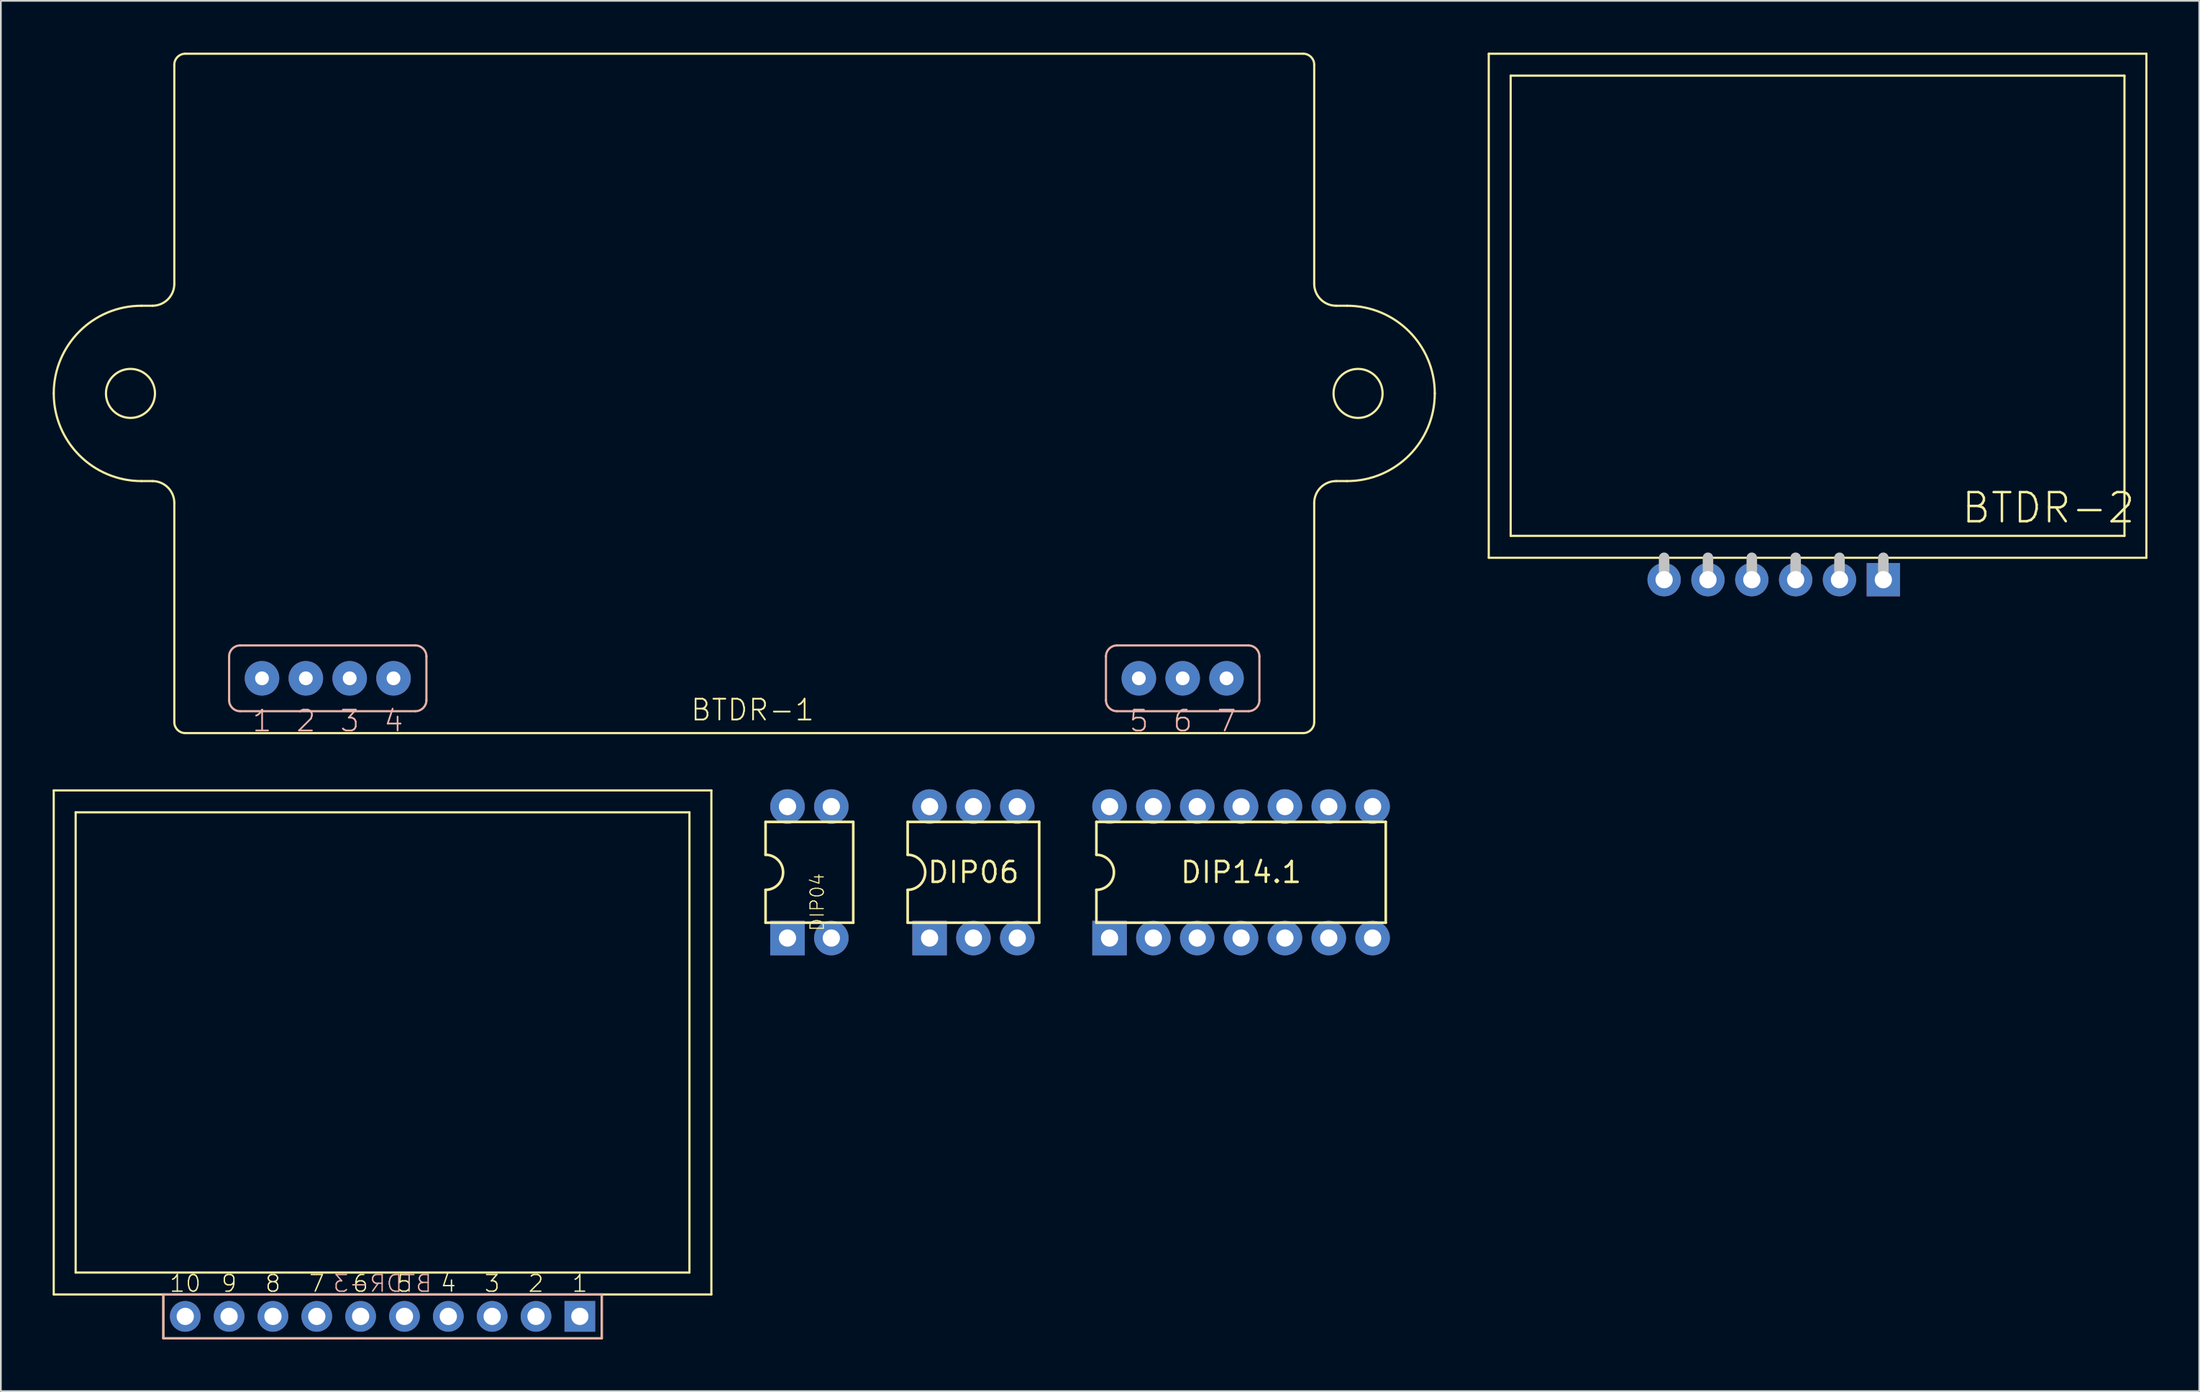
<source format=kicad_pcb>
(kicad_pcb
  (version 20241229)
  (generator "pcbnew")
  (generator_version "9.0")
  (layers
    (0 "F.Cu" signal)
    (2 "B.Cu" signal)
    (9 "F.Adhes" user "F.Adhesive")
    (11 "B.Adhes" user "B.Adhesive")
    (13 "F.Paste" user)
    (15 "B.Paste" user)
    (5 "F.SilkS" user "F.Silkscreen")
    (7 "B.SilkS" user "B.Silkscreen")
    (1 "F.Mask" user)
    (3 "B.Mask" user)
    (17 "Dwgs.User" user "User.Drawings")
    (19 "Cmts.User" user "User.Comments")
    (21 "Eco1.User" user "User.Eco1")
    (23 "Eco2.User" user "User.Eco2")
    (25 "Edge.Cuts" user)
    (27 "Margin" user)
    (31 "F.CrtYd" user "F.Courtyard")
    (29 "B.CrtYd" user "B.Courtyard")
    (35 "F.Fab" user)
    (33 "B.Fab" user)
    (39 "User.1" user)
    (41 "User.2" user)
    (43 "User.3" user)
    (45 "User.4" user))
  (footprint "DIP06"
    (layer "F.Cu")
    (at 54.616 47.5)
    (property "Reference" "DIP06" (at -1.27 0 0) (layer "F.SilkS") (effects (font (size 1.206 1.206) (thickness 0.152))))
    (attr through_hole)
    (fp_line (start -5.08 -2.921) (end -5.08 -1.016) (stroke (width 0.152) (type solid)) (layer "F.SilkS"))
    (fp_line (start -5.08 2.921) (end -5.08 1.016) (stroke (width 0.152) (type solid)) (layer "F.SilkS"))
    (fp_line (start -5.08 2.921) (end 2.54 2.921) (stroke (width 0.152) (type solid)) (layer "F.SilkS"))
    (fp_line (start 2.54 -2.921) (end -5.08 -2.921) (stroke (width 0.152) (type solid)) (layer "F.SilkS"))
    (fp_line (start 2.54 -2.921) (end 2.54 2.921) (stroke (width 0.152) (type solid)) (layer "F.SilkS"))
    (fp_arc (start -5.08 -1.016) (mid -4.064 0) (end -5.08 1.016) (stroke (width 0.1524) (type solid)) (layer "F.SilkS"))
    (pad "1" thru_hole rect (at -3.81 3.81 90) (size 2 2) (drill 1) (layers "*.Cu" "*.Mask"))
    (pad "2" thru_hole oval (at -1.27 3.81 90) (size 2 2) (drill 1) (layers "*.Cu" "*.Mask"))
    (pad "3" thru_hole oval (at 1.27 3.81 90) (size 2 2) (drill 1) (layers "*.Cu" "*.Mask"))
    (pad "4" thru_hole oval (at 1.27 -3.81 90) (size 2 2) (drill 1) (layers "*.Cu" "*.Mask"))
    (pad "5" thru_hole oval (at -1.27 -3.81 90) (size 2 2) (drill 1) (layers "*.Cu" "*.Mask"))
    (pad "6" thru_hole oval (at -3.81 -3.81 90) (size 2 2) (drill 1) (layers "*.Cu" "*.Mask")))
  (footprint "DIP04"
    (layer "F.Cu")
    (at 43.843 44.96)
    (property "Reference" "DIP04" (at 0 2.54 90) (layer "F.SilkS") (effects (font (size 0.772 0.772) (thickness 0.065)) (justify right top)))
    (attr through_hole)
    (fp_line (start -2.54 -0.381) (end -2.54 1.524) (stroke (width 0.152) (type solid)) (layer "F.SilkS"))
    (fp_line (start -2.54 5.461) (end -2.54 3.556) (stroke (width 0.152) (type solid)) (layer "F.SilkS"))
    (fp_line (start -2.54 5.461) (end 2.54 5.461) (stroke (width 0.152) (type solid)) (layer "F.SilkS"))
    (fp_line (start 2.54 -0.381) (end -2.54 -0.381) (stroke (width 0.152) (type solid)) (layer "F.SilkS"))
    (fp_line (start 2.54 -0.381) (end 2.54 5.461) (stroke (width 0.152) (type solid)) (layer "F.SilkS"))
    (fp_arc (start -2.54 1.524) (mid -1.524 2.54) (end -2.54 3.556) (stroke (width 0.1524) (type solid)) (layer "F.SilkS"))
    (pad "1" thru_hole rect (at -1.27 6.35 90) (size 2 2) (drill 1) (layers "*.Cu" "*.Mask"))
    (pad "2" thru_hole oval (at 1.27 6.35 90) (size 2 2) (drill 1) (layers "*.Cu" "*.Mask"))
    (pad "3" thru_hole oval (at 1.27 -1.27 90) (size 2 2) (drill 1) (layers "*.Cu" "*.Mask"))
    (pad "4" thru_hole oval (at -1.27 -1.27 90) (size 2 2) (drill 1) (layers "*.Cu" "*.Mask")))
  (footprint "BTDR-3"
    (layer "F.Cu")
    (at 19.113 57.359)
    (property "Reference" "BTDR-3" (at 0 13.97 0) (layer "B.SilkS") (effects (font (size 0.965 0.965) (thickness 0.081)) (justify mirror)))
    (attr through_hole)
    (fp_line (start -19.05 -14.605) (end -19.05 14.605) (stroke (width 0.127) (type solid)) (layer "F.SilkS"))
    (fp_line (start -19.05 -14.605) (end 19.05 -14.605) (stroke (width 0.127) (type solid)) (layer "F.SilkS"))
    (fp_line (start -19.05 14.605) (end -12.7 14.605) (stroke (width 0.127) (type solid)) (layer "F.SilkS"))
    (fp_line (start -17.78 -13.335) (end 17.78 -13.335) (stroke (width 0.127) (type solid)) (layer "F.SilkS"))
    (fp_line (start -17.78 13.335) (end -17.78 -13.335) (stroke (width 0.127) (type solid)) (layer "F.SilkS"))
    (fp_line (start -12.7 14.605) (end -12.7 17.145) (stroke (width 0.127) (type solid)) (layer "F.SilkS"))
    (fp_line (start -12.7 14.605) (end 12.7 14.605) (stroke (width 0.127) (type solid)) (layer "F.SilkS"))
    (fp_line (start -12.7 17.145) (end 12.7 17.145) (stroke (width 0.127) (type solid)) (layer "F.SilkS"))
    (fp_line (start 12.7 14.605) (end 19.05 14.605) (stroke (width 0.127) (type solid)) (layer "F.SilkS"))
    (fp_line (start 12.7 17.145) (end 12.7 14.605) (stroke (width 0.127) (type solid)) (layer "F.SilkS"))
    (fp_line (start 17.78 -13.335) (end 17.78 13.335) (stroke (width 0.127) (type solid)) (layer "F.SilkS"))
    (fp_line (start 17.78 13.335) (end -17.78 13.335) (stroke (width 0.127) (type solid)) (layer "F.SilkS"))
    (fp_line (start 19.05 14.605) (end 19.05 -14.605) (stroke (width 0.127) (type solid)) (layer "F.SilkS"))
    (fp_line (start -12.7 14.605) (end 12.7 14.605) (stroke (width 0.127) (type solid)) (layer "B.SilkS"))
    (fp_line (start -12.7 17.145) (end -12.7 14.605) (stroke (width 0.127) (type solid)) (layer "B.SilkS"))
    (fp_line (start 12.7 14.605) (end 12.7 17.145) (stroke (width 0.127) (type solid)) (layer "B.SilkS"))
    (fp_line (start 12.7 17.145) (end -12.7 17.145) (stroke (width 0.127) (type solid)) (layer "B.SilkS"))
    (fp_text user "5" (at 1.27 13.97 0) (layer "F.SilkS") (effects (font (size 0.965 0.965) (thickness 0.081))))
    (fp_text user "1" (at 11.43 13.97 0) (layer "F.SilkS") (effects (font (size 0.965 0.965) (thickness 0.081))))
    (fp_text user "9" (at -8.89 13.97 0) (layer "F.SilkS") (effects (font (size 0.965 0.965) (thickness 0.081))))
    (fp_text user "10" (at -11.43 13.97 0) (layer "F.SilkS") (effects (font (size 0.965 0.965) (thickness 0.081))))
    (fp_text user "6" (at -1.27 13.97 0) (layer "F.SilkS") (effects (font (size 0.965 0.965) (thickness 0.081))))
    (fp_text user "2" (at 8.89 13.97 0) (layer "F.SilkS") (effects (font (size 0.965 0.965) (thickness 0.081))))
    (fp_text user "3" (at 6.35 13.97 0) (layer "F.SilkS") (effects (font (size 0.965 0.965) (thickness 0.081))))
    (fp_text user "8" (at -6.35 13.97 0) (layer "F.SilkS") (effects (font (size 0.965 0.965) (thickness 0.081))))
    (fp_text user "7" (at -3.81 13.97 0) (layer "F.SilkS") (effects (font (size 0.965 0.965) (thickness 0.081))))
    (fp_text user "4" (at 3.81 13.97 0) (layer "F.SilkS") (effects (font (size 0.965 0.965) (thickness 0.081))))
    (pad "1" thru_hole rect (at 11.43 15.875) (size 1.778 1.778) (drill 1) (layers "*.Cu" "*.Mask"))
    (pad "2" thru_hole oval (at 8.89 15.875) (size 1.778 1.778) (drill 1) (layers "*.Cu" "*.Mask"))
    (pad "3" thru_hole oval (at 6.35 15.875) (size 1.778 1.778) (drill 1) (layers "*.Cu" "*.Mask"))
    (pad "4" thru_hole oval (at 3.81 15.875) (size 1.778 1.778) (drill 1) (layers "*.Cu" "*.Mask"))
    (pad "5" thru_hole oval (at 1.27 15.875) (size 1.778 1.778) (drill 1) (layers "*.Cu" "*.Mask"))
    (pad "6" thru_hole oval (at -1.27 15.875) (size 1.778 1.778) (drill 1) (layers "*.Cu" "*.Mask"))
    (pad "7" thru_hole oval (at -3.81 15.875) (size 1.778 1.778) (drill 1) (layers "*.Cu" "*.Mask"))
    (pad "8" thru_hole oval (at -6.35 15.875) (size 1.778 1.778) (drill 1) (layers "*.Cu" "*.Mask"))
    (pad "9" thru_hole oval (at -8.89 15.875) (size 1.778 1.778) (drill 1) (layers "*.Cu" "*.Mask"))
    (pad "10" thru_hole oval (at -11.43 15.875) (size 1.778 1.778) (drill 1) (layers "*.Cu" "*.Mask")))
  (footprint "BTDR-1"
    (layer "F.Cu")
    (at 40.069 19.748)
    (property "Reference" "BTDR-1" (at -3.175 19.05 0) (layer "F.SilkS") (effects (font (size 1.206 1.206) (thickness 0.102)) (justify left bottom)))
    (attr through_hole)
    (fp_line (start -34.925 -5.08) (end -34.29 -5.08) (stroke (width 0.127) (type solid)) (layer "F.SilkS"))
    (fp_line (start -34.925 5.08) (end -34.29 5.08) (stroke (width 0.127) (type solid)) (layer "F.SilkS"))
    (fp_line (start -33.02 -6.35) (end -33.02 -19.05) (stroke (width 0.127) (type solid)) (layer "F.SilkS"))
    (fp_line (start -33.02 6.35) (end -33.02 19.05) (stroke (width 0.127) (type solid)) (layer "F.SilkS"))
    (fp_line (start -32.385 -19.685) (end 32.385 -19.685) (stroke (width 0.127) (type solid)) (layer "F.SilkS"))
    (fp_line (start -32.385 19.685) (end 32.385 19.685) (stroke (width 0.127) (type solid)) (layer "F.SilkS"))
    (fp_line (start 33.02 -6.35) (end 33.02 -19.05) (stroke (width 0.127) (type solid)) (layer "F.SilkS"))
    (fp_line (start 33.02 6.35) (end 33.02 19.05) (stroke (width 0.127) (type solid)) (layer "F.SilkS"))
    (fp_line (start 34.925 -5.08) (end 34.29 -5.08) (stroke (width 0.127) (type solid)) (layer "F.SilkS"))
    (fp_line (start 34.925 5.08) (end 34.29 5.08) (stroke (width 0.127) (type solid)) (layer "F.SilkS"))
    (fp_arc (start -40.005 0) (mid -38.517102 -3.592102) (end -34.925 -5.08) (stroke (width 0.127) (type solid)) (layer "F.SilkS"))
    (fp_arc (start -34.925 5.08) (mid -38.517102 3.592102) (end -40.005 0) (stroke (width 0.127) (type solid)) (layer "F.SilkS"))
    (fp_arc (start -34.29 5.08) (mid -33.391974 5.451974) (end -33.02 6.35) (stroke (width 0.127) (type solid)) (layer "F.SilkS"))
    (fp_arc (start -33.02 -19.05) (mid -32.834013 -19.499013) (end -32.385 -19.685) (stroke (width 0.127) (type solid)) (layer "F.SilkS"))
    (fp_arc (start -33.02 -6.35) (mid -33.391974 -5.451974) (end -34.29 -5.08) (stroke (width 0.127) (type solid)) (layer "F.SilkS"))
    (fp_arc (start -32.385 19.685) (mid -32.834013 19.499013) (end -33.02 19.05) (stroke (width 0.127) (type solid)) (layer "F.SilkS"))
    (fp_arc (start 32.385 -19.685) (mid 32.834013 -19.499013) (end 33.02 -19.05) (stroke (width 0.127) (type solid)) (layer "F.SilkS"))
    (fp_arc (start 33.02 6.35) (mid 33.391974 5.451974) (end 34.29 5.08) (stroke (width 0.127) (type solid)) (layer "F.SilkS"))
    (fp_arc (start 33.02 19.05) (mid 32.834013 19.499013) (end 32.385 19.685) (stroke (width 0.127) (type solid)) (layer "F.SilkS"))
    (fp_arc (start 34.29 -5.08) (mid 33.391974 -5.451974) (end 33.02 -6.35) (stroke (width 0.127) (type solid)) (layer "F.SilkS"))
    (fp_arc (start 34.925 -5.08) (mid 38.517102 -3.592102) (end 40.005 0) (stroke (width 0.127) (type solid)) (layer "F.SilkS"))
    (fp_arc (start 40.005 0) (mid 38.517102 3.592102) (end 34.925 5.08) (stroke (width 0.127) (type solid)) (layer "F.SilkS"))
    (fp_circle (center -35.56 0) (end -34.14 0) (stroke (width 0.127) (type solid)) (fill no) (layer "F.SilkS"))
    (fp_circle (center 35.56 0) (end 36.98 0) (stroke (width 0.127) (type solid)) (fill no) (layer "F.SilkS"))
    (fp_line (start -29.845 17.78) (end -29.845 15.24) (stroke (width 0.127) (type solid)) (layer "B.SilkS"))
    (fp_line (start -29.21 14.605) (end -19.05 14.605) (stroke (width 0.127) (type solid)) (layer "B.SilkS"))
    (fp_line (start -19.05 18.415) (end -29.21 18.415) (stroke (width 0.127) (type solid)) (layer "B.SilkS"))
    (fp_line (start -18.415 15.24) (end -18.415 17.78) (stroke (width 0.127) (type solid)) (layer "B.SilkS"))
    (fp_line (start 20.955 17.78) (end 20.955 15.24) (stroke (width 0.127) (type solid)) (layer "B.SilkS"))
    (fp_line (start 21.59 14.605) (end 29.21 14.605) (stroke (width 0.127) (type solid)) (layer "B.SilkS"))
    (fp_line (start 29.21 18.415) (end 21.59 18.415) (stroke (width 0.127) (type solid)) (layer "B.SilkS"))
    (fp_line (start 29.845 15.24) (end 29.845 17.78) (stroke (width 0.127) (type solid)) (layer "B.SilkS"))
    (fp_arc (start -29.845 15.24) (mid -29.659013 14.790987) (end -29.21 14.605) (stroke (width 0.127) (type solid)) (layer "B.SilkS"))
    (fp_arc (start -29.21 18.415) (mid -29.659013 18.229013) (end -29.845 17.78) (stroke (width 0.127) (type solid)) (layer "B.SilkS"))
    (fp_arc (start -19.05 14.605) (mid -18.600987 14.790987) (end -18.415 15.24) (stroke (width 0.127) (type solid)) (layer "B.SilkS"))
    (fp_arc (start -18.415 17.78) (mid -18.600987 18.229013) (end -19.05 18.415) (stroke (width 0.127) (type solid)) (layer "B.SilkS"))
    (fp_arc (start 20.955 15.24) (mid 21.140987 14.790987) (end 21.59 14.605) (stroke (width 0.127) (type solid)) (layer "B.SilkS"))
    (fp_arc (start 21.59 18.415) (mid 21.140987 18.229013) (end 20.955 17.78) (stroke (width 0.127) (type solid)) (layer "B.SilkS"))
    (fp_arc (start 29.21 14.605) (mid 29.659013 14.790987) (end 29.845 15.24) (stroke (width 0.127) (type solid)) (layer "B.SilkS"))
    (fp_arc (start 29.845 17.78) (mid 29.659013 18.229013) (end 29.21 18.415) (stroke (width 0.127) (type solid)) (layer "B.SilkS"))
    (fp_text user "2" (at -26.035 19.685 0) (layer "B.SilkS") (effects (font (size 1.206 1.206) (thickness 0.102)) (justify left bottom)))
    (fp_text user "1" (at -28.575 19.685 0) (layer "B.SilkS") (effects (font (size 1.206 1.206) (thickness 0.102)) (justify left bottom)))
    (fp_text user "6" (at 24.765 19.685 0) (layer "B.SilkS") (effects (font (size 1.206 1.206) (thickness 0.102)) (justify left bottom)))
    (fp_text user "5" (at 22.225 19.685 0) (layer "B.SilkS") (effects (font (size 1.206 1.206) (thickness 0.102)) (justify left bottom)))
    (fp_text user "4" (at -20.955 19.685 0) (layer "B.SilkS") (effects (font (size 1.206 1.206) (thickness 0.102)) (justify left bottom)))
    (fp_text user "3" (at -23.495 19.685 0) (layer "B.SilkS") (effects (font (size 1.206 1.206) (thickness 0.102)) (justify left bottom)))
    (fp_text user "7" (at 27.305 19.685 0) (layer "B.SilkS") (effects (font (size 1.206 1.206) (thickness 0.102)) (justify left bottom)))
    (pad "1" thru_hole oval (at -27.94 16.51) (size 2 2) (drill 0.8) (layers "*.Cu" "*.Mask"))
    (pad "2" thru_hole oval (at -25.4 16.51) (size 2 2) (drill 0.8) (layers "*.Cu" "*.Mask"))
    (pad "3" thru_hole oval (at -22.86 16.51) (size 2 2) (drill 0.8) (layers "*.Cu" "*.Mask"))
    (pad "4" thru_hole oval (at -20.32 16.51) (size 2 2) (drill 0.8) (layers "*.Cu" "*.Mask"))
    (pad "5" thru_hole oval (at 22.86 16.51) (size 2 2) (drill 0.8) (layers "*.Cu" "*.Mask"))
    (pad "6" thru_hole oval (at 25.4 16.51) (size 2 2) (drill 0.8) (layers "*.Cu" "*.Mask"))
    (pad "7" thru_hole oval (at 27.94 16.51) (size 2 2) (drill 0.8) (layers "*.Cu" "*.Mask")))
  (footprint "DIP14.1"
    (layer "F.Cu")
    (at 68.852 47.5)
    (property "Reference" "DIP14.1" (at 0 0 0) (layer "F.SilkS") (effects (font (size 1.206 1.206) (thickness 0.152))))
    (attr through_hole)
    (fp_line (start -8.382 -2.921) (end -8.382 -1.016) (stroke (width 0.152) (type solid)) (layer "F.SilkS"))
    (fp_line (start -8.382 2.921) (end -8.382 1.016) (stroke (width 0.152) (type solid)) (layer "F.SilkS"))
    (fp_line (start -8.382 2.921) (end 8.382 2.921) (stroke (width 0.152) (type solid)) (layer "F.SilkS"))
    (fp_line (start 8.382 -2.921) (end -8.382 -2.921) (stroke (width 0.152) (type solid)) (layer "F.SilkS"))
    (fp_line (start 8.382 -2.921) (end 8.382 2.921) (stroke (width 0.152) (type solid)) (layer "F.SilkS"))
    (fp_arc (start -8.382 -1.016) (mid -7.366 0) (end -8.382 1.016) (stroke (width 0.1524) (type solid)) (layer "F.SilkS"))
    (pad "1" thru_hole rect (at -7.62 3.81 90) (size 2 2) (drill 1) (layers "*.Cu" "*.Mask"))
    (pad "2" thru_hole oval (at -5.08 3.81 90) (size 2 2) (drill 1) (layers "*.Cu" "*.Mask"))
    (pad "3" thru_hole oval (at -2.54 3.81 90) (size 2 2) (drill 1) (layers "*.Cu" "*.Mask"))
    (pad "4" thru_hole oval (at 0 3.81 90) (size 2 2) (drill 1) (layers "*.Cu" "*.Mask"))
    (pad "5" thru_hole oval (at 2.54 3.81 90) (size 2 2) (drill 1) (layers "*.Cu" "*.Mask"))
    (pad "6" thru_hole oval (at 5.08 3.81 90) (size 2 2) (drill 1) (layers "*.Cu" "*.Mask"))
    (pad "7" thru_hole oval (at 7.62 3.81 90) (size 2 2) (drill 1) (layers "*.Cu" "*.Mask"))
    (pad "8" thru_hole oval (at 7.62 -3.81 90) (size 2 2) (drill 1) (layers "*.Cu" "*.Mask"))
    (pad "9" thru_hole oval (at 5.08 -3.81 90) (size 2 2) (drill 1) (layers "*.Cu" "*.Mask"))
    (pad "10" thru_hole oval (at 2.54 -3.81 90) (size 2 2) (drill 1) (layers "*.Cu" "*.Mask"))
    (pad "11" thru_hole oval (at 0 -3.81 90) (size 2 2) (drill 1) (layers "*.Cu" "*.Mask"))
    (pad "12" thru_hole oval (at -2.54 -3.81 90) (size 2 2) (drill 1) (layers "*.Cu" "*.Mask"))
    (pad "13" thru_hole oval (at -5.08 -3.81 90) (size 2 2) (drill 1) (layers "*.Cu" "*.Mask"))
    (pad "14" thru_hole oval (at -7.62 -3.81 90) (size 2 2) (drill 1) (layers "*.Cu" "*.Mask")))
  (footprint "BTDR-2"
    (layer "F.Cu")
    (at 100.981 14.668)
    (property "Reference" "BTDR-2" (at 9.525 12.7 0) (layer "F.SilkS") (effects (font (size 1.689 1.689) (thickness 0.142)) (justify left bottom)))
    (attr through_hole)
    (fp_line (start -17.78 -14.605) (end -17.78 14.605) (stroke (width 0.127) (type solid)) (layer "F.SilkS"))
    (fp_line (start -17.78 -14.605) (end 20.32 -14.605) (stroke (width 0.127) (type solid)) (layer "F.SilkS"))
    (fp_line (start -17.78 14.605) (end 20.32 14.605) (stroke (width 0.127) (type solid)) (layer "F.SilkS"))
    (fp_line (start -16.51 -13.335) (end 19.05 -13.335) (stroke (width 0.127) (type solid)) (layer "F.SilkS"))
    (fp_line (start -16.51 13.335) (end -16.51 -13.335) (stroke (width 0.127) (type solid)) (layer "F.SilkS"))
    (fp_line (start 19.05 -13.335) (end 19.05 13.335) (stroke (width 0.127) (type solid)) (layer "F.SilkS"))
    (fp_line (start 19.05 13.335) (end -16.51 13.335) (stroke (width 0.127) (type solid)) (layer "F.SilkS"))
    (fp_line (start 20.32 14.605) (end 20.32 -14.605) (stroke (width 0.127) (type solid)) (layer "F.SilkS"))
    (fp_line (start -7.62 15.875) (end -7.62 14.605) (stroke (width 0.61) (type solid)) (layer "Dwgs.User"))
    (fp_line (start -5.08 15.875) (end -5.08 14.605) (stroke (width 0.61) (type solid)) (layer "Dwgs.User"))
    (fp_line (start -2.54 15.875) (end -2.54 14.605) (stroke (width 0.61) (type solid)) (layer "Dwgs.User"))
    (fp_line (start 0 15.875) (end 0 14.605) (stroke (width 0.61) (type solid)) (layer "Dwgs.User"))
    (fp_line (start 2.54 15.875) (end 2.54 14.605) (stroke (width 0.61) (type solid)) (layer "Dwgs.User"))
    (fp_line (start 5.08 15.875) (end 5.08 14.605) (stroke (width 0.61) (type solid)) (layer "Dwgs.User"))
    (pad "1" thru_hole rect (at 5.08 15.875) (size 1.93 1.93) (drill 1) (layers "*.Cu" "*.Mask"))
    (pad "2" thru_hole oval (at 2.54 15.875) (size 1.93 1.93) (drill 1) (layers "*.Cu" "*.Mask"))
    (pad "3" thru_hole oval (at 0 15.875) (size 1.93 1.93) (drill 1) (layers "*.Cu" "*.Mask"))
    (pad "4" thru_hole oval (at -2.54 15.875) (size 1.93 1.93) (drill 1) (layers "*.Cu" "*.Mask"))
    (pad "5" thru_hole oval (at -5.08 15.875) (size 1.93 1.93) (drill 1) (layers "*.Cu" "*.Mask"))
    (pad "6" thru_hole oval (at -7.62 15.875) (size 1.93 1.93) (drill 1) (layers "*.Cu" "*.Mask")))
  (gr_rect
    (start -3 -3)
    (end 124.364 77.567)
    (stroke (width 0.1) (type default))
    (fill no)
    (layer "Edge.Cuts")))
</source>
